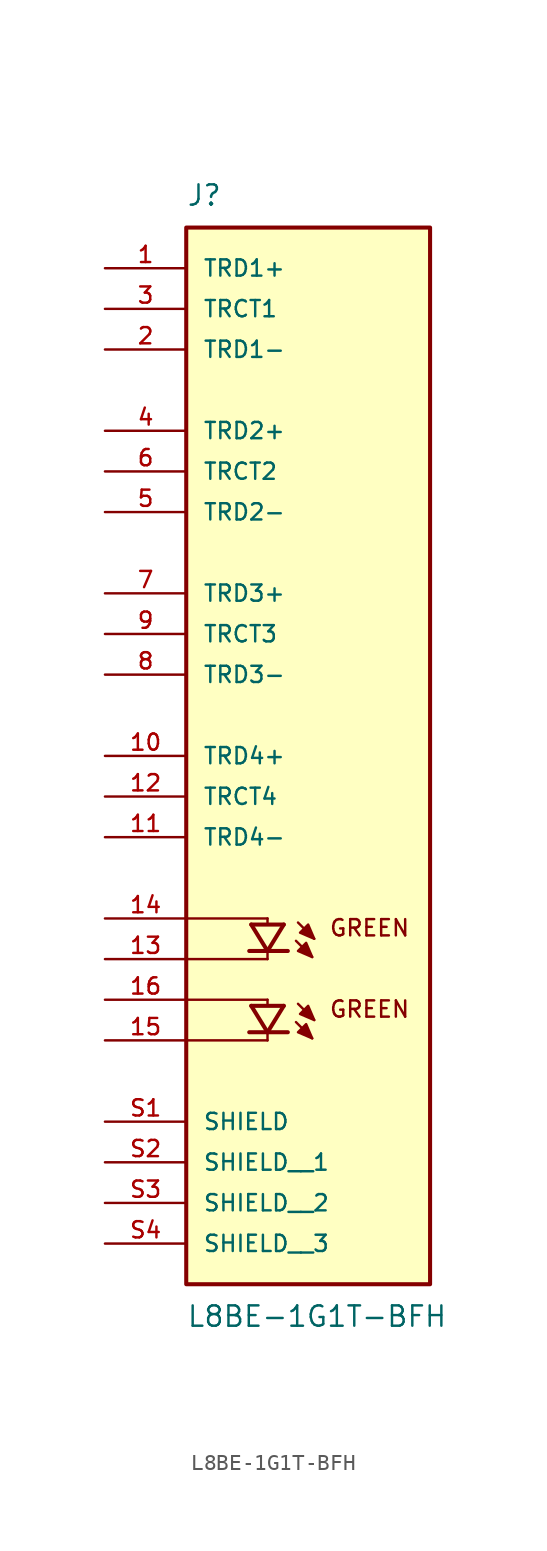
<source format=kicad_sym>
(kicad_symbol_lib
  (version 20211014)
  (generator kicad_symbol_editor)
  (symbol "L8BE-1G1T-BFH"
    (pin_names
      (offset 1.016))
    (property "Reference" "J"
      (at -7.62 29.21 0)
      (effects (font (size 1.27 1.27)) (justify bottom left)))
    (property "Value" "L8BE-1G1T-BFH"
      (at -7.62 -39.37 0)
      (effects (font (size 1.27 1.27)) (justify top left)))
    (symbol "L8BE-1G1T-BFH_0_0"
      (polyline (pts (xy -3.556 -15.621) (xy -2.54 -17.272)) (stroke (width 0.254)))
      (polyline (pts (xy -2.54 -17.272) (xy -1.524 -15.621)) (stroke (width 0.254)))
      (polyline (pts (xy -3.683 -17.272) (xy -2.54 -17.272)) (stroke (width 0.254)))
      (polyline (pts (xy -2.54 -17.272) (xy -1.27 -17.272)) (stroke (width 0.254)))
      (polyline (pts (xy -3.556 -15.621) (xy -1.524 -15.621)) (stroke (width 0.254)))
      (polyline (pts (xy -0.635 -15.494) (xy 0.381 -16.51)) (stroke (width 0.152)))
      (polyline (pts (xy -0.762 -16.637) (xy 0.254 -17.653)) (stroke (width 0.152)))
      (polyline (pts (xy -2.54 -15.24) (xy -2.54 -15.494)) (stroke (width 0.152)))
      (polyline (pts (xy -2.54 -17.399) (xy -2.54 -17.78)) (stroke (width 0.152)))
      (polyline (pts (xy -7.62 -15.24) (xy -2.54 -15.24)) (stroke (width 0.152)))
      (polyline (pts (xy -2.54 -17.78) (xy -7.62 -17.78)) (stroke (width 0.152)))
      (polyline (pts (xy 0.381 -16.51) (xy 0.0 -15.621) (xy -0.508 -16.129) (xy 0.381 -16.51)) (stroke (width 0.152)) (fill (type outline)))
      (polyline (pts (xy 0.254 -17.653) (xy -0.127 -16.764) (xy -0.635 -17.272) (xy 0.254 -17.653)) (stroke (width 0.152)) (fill (type outline)))
      (text "GREEN" (at 1.27 -15.24 0) (effects (font (size 1.016 1.016)) (justify top left)))
      (polyline (pts (xy -3.556 -20.701) (xy -2.54 -22.352)) (stroke (width 0.254)))
      (polyline (pts (xy -2.54 -22.352) (xy -1.524 -20.701)) (stroke (width 0.254)))
      (polyline (pts (xy -3.683 -22.352) (xy -2.54 -22.352)) (stroke (width 0.254)))
      (polyline (pts (xy -2.54 -22.352) (xy -1.27 -22.352)) (stroke (width 0.254)))
      (polyline (pts (xy -3.556 -20.701) (xy -1.524 -20.701)) (stroke (width 0.254)))
      (polyline (pts (xy -0.635 -20.574) (xy 0.381 -21.59)) (stroke (width 0.152)))
      (polyline (pts (xy -0.762 -21.717) (xy 0.254 -22.733)) (stroke (width 0.152)))
      (polyline (pts (xy -2.54 -20.32) (xy -2.54 -20.574)) (stroke (width 0.152)))
      (polyline (pts (xy -2.54 -22.479) (xy -2.54 -22.86)) (stroke (width 0.152)))
      (polyline (pts (xy -7.62 -20.32) (xy -2.54 -20.32)) (stroke (width 0.152)))
      (polyline (pts (xy -2.54 -22.86) (xy -7.62 -22.86)) (stroke (width 0.152)))
      (polyline (pts (xy 0.381 -21.59) (xy 0.0 -20.701) (xy -0.508 -21.209) (xy 0.381 -21.59)) (stroke (width 0.152)) (fill (type outline)))
      (polyline (pts (xy 0.254 -22.733) (xy -0.127 -21.844) (xy -0.635 -22.352) (xy 0.254 -22.733)) (stroke (width 0.152)) (fill (type outline)))
      (text "GREEN" (at 1.27 -20.32 0) (effects (font (size 1.016 1.016)) (justify top left)))
      (rectangle (start -7.62 -38.1) (end 7.62 27.94) (stroke (width 0.254)) (fill (type background)))
      (pin passive line (at -12.7 20.32 0) (length 5.08) (name "TRD1-" (effects (font (size 1.016 1.016)))) (number "2" (effects (font (size 1.016 1.016)))))
      (pin passive line (at -12.7 25.4 0) (length 5.08) (name "TRD1+" (effects (font (size 1.016 1.016)))) (number "1" (effects (font (size 1.016 1.016)))))
      (pin passive line (at -12.7 10.16 0) (length 5.08) (name "TRD2-" (effects (font (size 1.016 1.016)))) (number "5" (effects (font (size 1.016 1.016)))))
      (pin passive line (at -12.7 15.24 0) (length 5.08) (name "TRD2+" (effects (font (size 1.016 1.016)))) (number "4" (effects (font (size 1.016 1.016)))))
      (pin passive line (at -12.7 0.0 0) (length 5.08) (name "TRD3-" (effects (font (size 1.016 1.016)))) (number "8" (effects (font (size 1.016 1.016)))))
      (pin passive line (at -12.7 5.08 0) (length 5.08) (name "TRD3+" (effects (font (size 1.016 1.016)))) (number "7" (effects (font (size 1.016 1.016)))))
      (pin passive line (at -12.7 -10.16 0) (length 5.08) (name "TRD4-" (effects (font (size 1.016 1.016)))) (number "11" (effects (font (size 1.016 1.016)))))
      (pin passive line (at -12.7 -5.08 0) (length 5.08) (name "TRD4+" (effects (font (size 1.016 1.016)))) (number "10" (effects (font (size 1.016 1.016)))))
      (pin passive line (at -12.7 22.86 0) (length 5.08) (name "TRCT1" (effects (font (size 1.016 1.016)))) (number "3" (effects (font (size 1.016 1.016)))))
      (pin passive line (at -12.7 -27.94 0) (length 5.08) (name "SHIELD" (effects (font (size 1.016 1.016)))) (number "S1" (effects (font (size 1.016 1.016)))))
      (pin passive line (at -12.7 12.7 0) (length 5.08) (name "TRCT2" (effects (font (size 1.016 1.016)))) (number "6" (effects (font (size 1.016 1.016)))))
      (pin passive line (at -12.7 2.54 0) (length 5.08) (name "TRCT3" (effects (font (size 1.016 1.016)))) (number "9" (effects (font (size 1.016 1.016)))))
      (pin passive line (at -12.7 -7.62 0) (length 5.08) (name "TRCT4" (effects (font (size 1.016 1.016)))) (number "12" (effects (font (size 1.016 1.016)))))
      (pin passive line (at -12.7 -22.86 0) (length 5.08) (name "~" (effects (font (size 1.016 1.016)))) (number "15" (effects (font (size 1.016 1.016)))))
      (pin passive line (at -12.7 -20.32 0) (length 5.08) (name "~" (effects (font (size 1.016 1.016)))) (number "16" (effects (font (size 1.016 1.016)))))
      (pin passive line (at -12.7 -15.24 0) (length 5.08) (name "~" (effects (font (size 1.016 1.016)))) (number "14" (effects (font (size 1.016 1.016)))))
      (pin passive line (at -12.7 -17.78 0) (length 5.08) (name "~" (effects (font (size 1.016 1.016)))) (number "13" (effects (font (size 1.016 1.016)))))
      (pin passive line (at -12.7 -30.48 0) (length 5.08) (name "SHIELD__1" (effects (font (size 1.016 1.016)))) (number "S2" (effects (font (size 1.016 1.016)))))
      (pin passive line (at -12.7 -33.02 0) (length 5.08) (name "SHIELD__2" (effects (font (size 1.016 1.016)))) (number "S3" (effects (font (size 1.016 1.016)))))
      (pin passive line (at -12.7 -35.56 0) (length 5.08) (name "SHIELD__3" (effects (font (size 1.016 1.016)))) (number "S4" (effects (font (size 1.016 1.016))))))))
</source>
